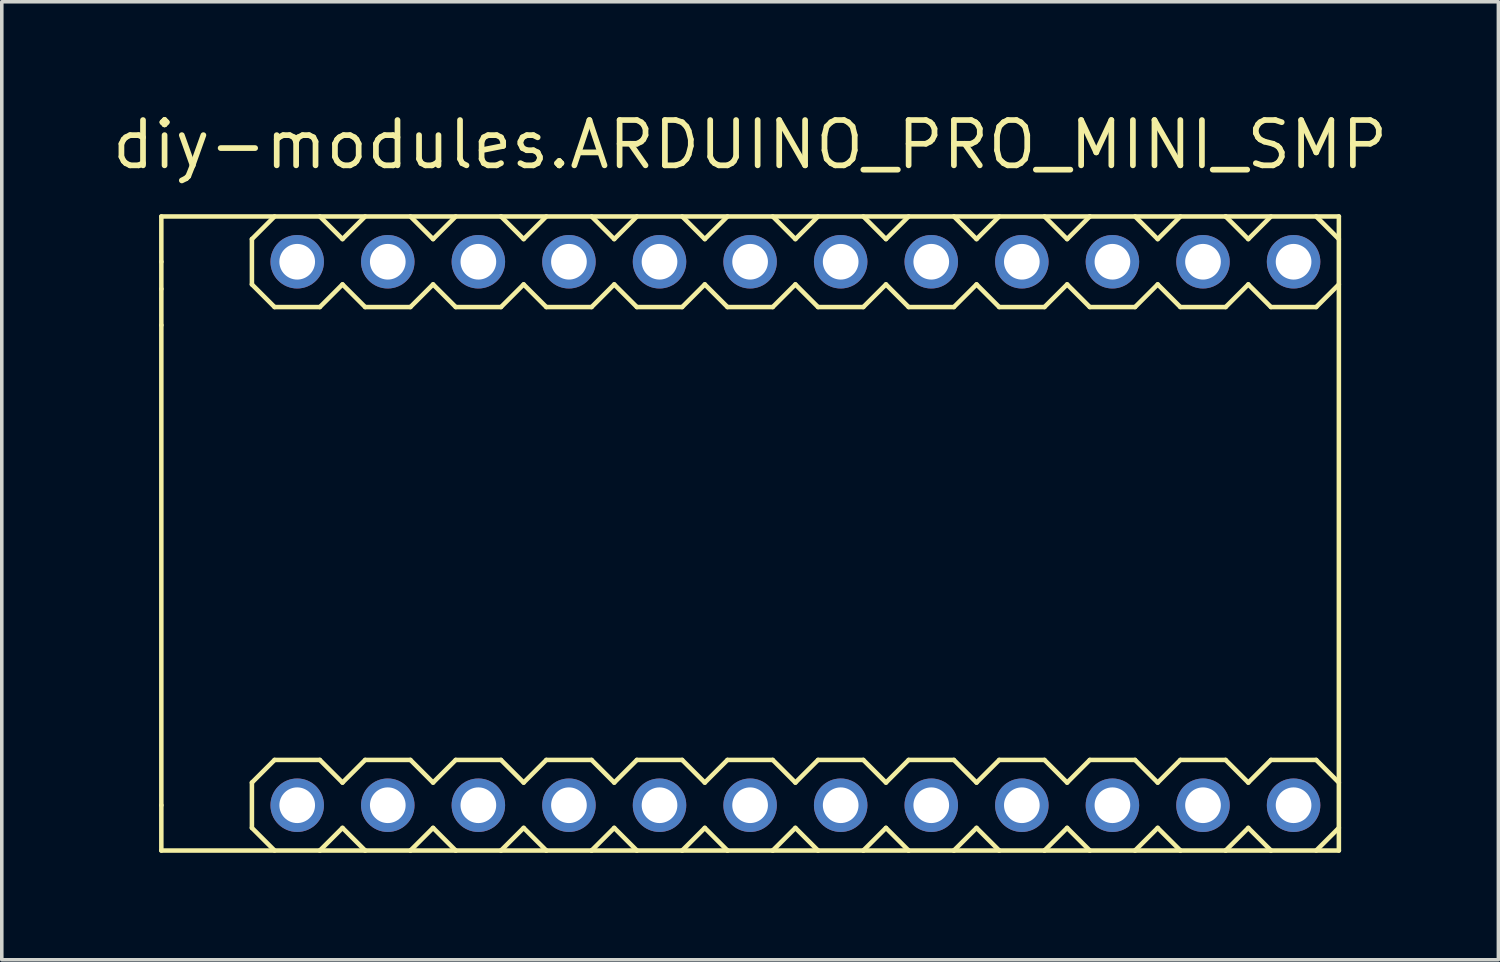
<source format=kicad_pcb>
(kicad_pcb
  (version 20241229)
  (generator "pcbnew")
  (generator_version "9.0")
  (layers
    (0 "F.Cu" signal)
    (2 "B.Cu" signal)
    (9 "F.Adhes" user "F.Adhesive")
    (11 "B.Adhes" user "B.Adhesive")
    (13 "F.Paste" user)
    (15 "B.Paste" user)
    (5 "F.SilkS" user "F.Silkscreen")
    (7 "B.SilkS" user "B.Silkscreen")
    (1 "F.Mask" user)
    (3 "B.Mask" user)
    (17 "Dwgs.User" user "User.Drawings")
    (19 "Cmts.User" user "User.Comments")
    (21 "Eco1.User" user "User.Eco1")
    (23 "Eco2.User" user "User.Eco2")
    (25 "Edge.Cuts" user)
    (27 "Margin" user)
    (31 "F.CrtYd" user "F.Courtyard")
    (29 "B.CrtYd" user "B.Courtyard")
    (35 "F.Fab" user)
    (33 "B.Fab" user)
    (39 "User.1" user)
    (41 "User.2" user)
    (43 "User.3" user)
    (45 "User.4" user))
  (footprint "diy-modules.ARDUINO_PRO_MINI_SMP"
    (layer "F.Cu")
    (at 17.984 11.91)
    (property "Reference" "diy-modules.ARDUINO_PRO_MINI_SMP" (at 0 -10.16 0) (layer "F.SilkS") (effects (font (size 1.27 1.27) (thickness 0.16)) (justify bottom)))
    (attr through_hole)
    (fp_line (start -16.51 -8.89) (end -16.51 -7.62) (stroke (width 0.127) (type default)) (layer "F.SilkS"))
    (fp_line (start -16.51 -7.62) (end -16.51 -6.858) (stroke (width 0.127) (type default)) (layer "F.SilkS"))
    (fp_line (start -16.51 -6.858) (end -16.51 -5.842) (stroke (width 0.127) (type default)) (layer "F.SilkS"))
    (fp_line (start -16.51 -5.842) (end -16.51 7.62) (stroke (width 0.127) (type default)) (layer "F.SilkS"))
    (fp_line (start -16.51 7.62) (end -16.51 8.89) (stroke (width 0.127) (type default)) (layer "F.SilkS"))
    (fp_line (start -16.51 8.89) (end -12.065 8.89) (stroke (width 0.127) (type default)) (layer "F.SilkS"))
    (fp_line (start -13.97 -8.255) (end -13.97 -6.985) (stroke (width 0.127) (type default)) (layer "F.SilkS"))
    (fp_line (start -13.97 -6.985) (end -13.335 -6.35) (stroke (width 0.127) (type default)) (layer "F.SilkS"))
    (fp_line (start -13.97 6.985) (end -13.97 8.255) (stroke (width 0.127) (type default)) (layer "F.SilkS"))
    (fp_line (start -13.335 -8.89) (end -13.97 -8.255) (stroke (width 0.127) (type default)) (layer "F.SilkS"))
    (fp_line (start -13.335 -6.35) (end -12.065 -6.35) (stroke (width 0.127) (type default)) (layer "F.SilkS"))
    (fp_line (start -13.335 6.35) (end -13.97 6.985) (stroke (width 0.127) (type default)) (layer "F.SilkS"))
    (fp_line (start -13.335 6.35) (end -12.065 6.35) (stroke (width 0.127) (type default)) (layer "F.SilkS"))
    (fp_line (start -13.335 8.89) (end -13.97 8.255) (stroke (width 0.127) (type default)) (layer "F.SilkS"))
    (fp_line (start -12.065 -6.35) (end -11.43 -6.985) (stroke (width 0.127) (type default)) (layer "F.SilkS"))
    (fp_line (start -12.065 6.35) (end -11.43 6.985) (stroke (width 0.127) (type default)) (layer "F.SilkS"))
    (fp_line (start -12.065 8.89) (end -11.43 8.255) (stroke (width 0.127) (type default)) (layer "F.SilkS"))
    (fp_line (start -12.065 8.89) (end -10.795 8.89) (stroke (width 0.127) (type default)) (layer "F.SilkS"))
    (fp_line (start -11.43 -8.255) (end -12.065 -8.89) (stroke (width 0.127) (type default)) (layer "F.SilkS"))
    (fp_line (start -11.43 -6.985) (end -10.795 -6.35) (stroke (width 0.127) (type default)) (layer "F.SilkS"))
    (fp_line (start -11.43 6.985) (end -10.795 6.35) (stroke (width 0.127) (type default)) (layer "F.SilkS"))
    (fp_line (start -11.43 8.255) (end -10.795 8.89) (stroke (width 0.127) (type default)) (layer "F.SilkS"))
    (fp_line (start -10.795 -8.89) (end -11.43 -8.255) (stroke (width 0.127) (type default)) (layer "F.SilkS"))
    (fp_line (start -10.795 -6.35) (end -9.525 -6.35) (stroke (width 0.127) (type default)) (layer "F.SilkS"))
    (fp_line (start -10.795 6.35) (end -9.525 6.35) (stroke (width 0.127) (type default)) (layer "F.SilkS"))
    (fp_line (start -10.795 8.89) (end -9.525 8.89) (stroke (width 0.127) (type default)) (layer "F.SilkS"))
    (fp_line (start -9.525 -6.35) (end -8.89 -6.985) (stroke (width 0.127) (type default)) (layer "F.SilkS"))
    (fp_line (start -9.525 6.35) (end -8.89 6.985) (stroke (width 0.127) (type default)) (layer "F.SilkS"))
    (fp_line (start -9.525 8.89) (end -8.89 8.255) (stroke (width 0.127) (type default)) (layer "F.SilkS"))
    (fp_line (start -9.525 8.89) (end -8.255 8.89) (stroke (width 0.127) (type default)) (layer "F.SilkS"))
    (fp_line (start -8.89 -8.255) (end -9.525 -8.89) (stroke (width 0.127) (type default)) (layer "F.SilkS"))
    (fp_line (start -8.89 -6.985) (end -8.255 -6.35) (stroke (width 0.127) (type default)) (layer "F.SilkS"))
    (fp_line (start -8.89 6.985) (end -8.255 6.35) (stroke (width 0.127) (type default)) (layer "F.SilkS"))
    (fp_line (start -8.89 8.255) (end -8.255 8.89) (stroke (width 0.127) (type default)) (layer "F.SilkS"))
    (fp_line (start -8.255 -8.89) (end -8.89 -8.255) (stroke (width 0.127) (type default)) (layer "F.SilkS"))
    (fp_line (start -8.255 -6.35) (end -6.985 -6.35) (stroke (width 0.127) (type default)) (layer "F.SilkS"))
    (fp_line (start -8.255 6.35) (end -6.985 6.35) (stroke (width 0.127) (type default)) (layer "F.SilkS"))
    (fp_line (start -8.255 8.89) (end -6.985 8.89) (stroke (width 0.127) (type default)) (layer "F.SilkS"))
    (fp_line (start -6.985 -8.89) (end -16.51 -8.89) (stroke (width 0.127) (type default)) (layer "F.SilkS"))
    (fp_line (start -6.985 -6.35) (end -6.35 -6.985) (stroke (width 0.127) (type default)) (layer "F.SilkS"))
    (fp_line (start -6.985 6.35) (end -6.35 6.985) (stroke (width 0.127) (type default)) (layer "F.SilkS"))
    (fp_line (start -6.985 8.89) (end -6.35 8.255) (stroke (width 0.127) (type default)) (layer "F.SilkS"))
    (fp_line (start -6.985 8.89) (end -5.715 8.89) (stroke (width 0.127) (type default)) (layer "F.SilkS"))
    (fp_line (start -6.35 -8.255) (end -6.985 -8.89) (stroke (width 0.127) (type default)) (layer "F.SilkS"))
    (fp_line (start -6.35 -6.985) (end -5.715 -6.35) (stroke (width 0.127) (type default)) (layer "F.SilkS"))
    (fp_line (start -6.35 6.985) (end -5.715 6.35) (stroke (width 0.127) (type default)) (layer "F.SilkS"))
    (fp_line (start -6.35 8.255) (end -5.715 8.89) (stroke (width 0.127) (type default)) (layer "F.SilkS"))
    (fp_line (start -5.715 -8.89) (end -6.35 -8.255) (stroke (width 0.127) (type default)) (layer "F.SilkS"))
    (fp_line (start -5.715 -6.35) (end -4.445 -6.35) (stroke (width 0.127) (type default)) (layer "F.SilkS"))
    (fp_line (start -5.715 6.35) (end -4.445 6.35) (stroke (width 0.127) (type default)) (layer "F.SilkS"))
    (fp_line (start -5.715 8.89) (end -4.445 8.89) (stroke (width 0.127) (type default)) (layer "F.SilkS"))
    (fp_line (start -4.445 -6.35) (end -3.81 -6.985) (stroke (width 0.127) (type default)) (layer "F.SilkS"))
    (fp_line (start -4.445 6.35) (end -3.81 6.985) (stroke (width 0.127) (type default)) (layer "F.SilkS"))
    (fp_line (start -4.445 8.89) (end -3.81 8.255) (stroke (width 0.127) (type default)) (layer "F.SilkS"))
    (fp_line (start -4.445 8.89) (end -3.175 8.89) (stroke (width 0.127) (type default)) (layer "F.SilkS"))
    (fp_line (start -3.81 -8.255) (end -4.445 -8.89) (stroke (width 0.127) (type default)) (layer "F.SilkS"))
    (fp_line (start -3.81 -6.985) (end -3.175 -6.35) (stroke (width 0.127) (type default)) (layer "F.SilkS"))
    (fp_line (start -3.81 6.985) (end -3.175 6.35) (stroke (width 0.127) (type default)) (layer "F.SilkS"))
    (fp_line (start -3.81 8.255) (end -3.175 8.89) (stroke (width 0.127) (type default)) (layer "F.SilkS"))
    (fp_line (start -3.175 -8.89) (end -3.81 -8.255) (stroke (width 0.127) (type default)) (layer "F.SilkS"))
    (fp_line (start -3.175 -6.35) (end -1.905 -6.35) (stroke (width 0.127) (type default)) (layer "F.SilkS"))
    (fp_line (start -3.175 6.35) (end -1.905 6.35) (stroke (width 0.127) (type default)) (layer "F.SilkS"))
    (fp_line (start -3.175 8.89) (end -1.905 8.89) (stroke (width 0.127) (type default)) (layer "F.SilkS"))
    (fp_line (start -1.905 -6.35) (end -1.27 -6.985) (stroke (width 0.127) (type default)) (layer "F.SilkS"))
    (fp_line (start -1.905 6.35) (end -1.27 6.985) (stroke (width 0.127) (type default)) (layer "F.SilkS"))
    (fp_line (start -1.905 8.89) (end -1.27 8.255) (stroke (width 0.127) (type default)) (layer "F.SilkS"))
    (fp_line (start -1.905 8.89) (end -0.635 8.89) (stroke (width 0.127) (type default)) (layer "F.SilkS"))
    (fp_line (start -1.27 -8.255) (end -1.905 -8.89) (stroke (width 0.127) (type default)) (layer "F.SilkS"))
    (fp_line (start -1.27 -6.985) (end -0.635 -6.35) (stroke (width 0.127) (type default)) (layer "F.SilkS"))
    (fp_line (start -1.27 6.985) (end -0.635 6.35) (stroke (width 0.127) (type default)) (layer "F.SilkS"))
    (fp_line (start -1.27 8.255) (end -0.635 8.89) (stroke (width 0.127) (type default)) (layer "F.SilkS"))
    (fp_line (start -0.635 -8.89) (end -1.27 -8.255) (stroke (width 0.127) (type default)) (layer "F.SilkS"))
    (fp_line (start -0.635 -6.35) (end 0.635 -6.35) (stroke (width 0.127) (type default)) (layer "F.SilkS"))
    (fp_line (start -0.635 6.35) (end 0.635 6.35) (stroke (width 0.127) (type default)) (layer "F.SilkS"))
    (fp_line (start -0.635 8.89) (end 0.635 8.89) (stroke (width 0.127) (type default)) (layer "F.SilkS"))
    (fp_line (start 0.635 -6.35) (end 1.27 -6.985) (stroke (width 0.127) (type default)) (layer "F.SilkS"))
    (fp_line (start 0.635 6.35) (end 1.27 6.985) (stroke (width 0.127) (type default)) (layer "F.SilkS"))
    (fp_line (start 0.635 8.89) (end 1.27 8.255) (stroke (width 0.127) (type default)) (layer "F.SilkS"))
    (fp_line (start 0.635 8.89) (end 1.905 8.89) (stroke (width 0.127) (type default)) (layer "F.SilkS"))
    (fp_line (start 1.27 -8.255) (end 0.635 -8.89) (stroke (width 0.127) (type default)) (layer "F.SilkS"))
    (fp_line (start 1.27 -6.985) (end 1.905 -6.35) (stroke (width 0.127) (type default)) (layer "F.SilkS"))
    (fp_line (start 1.27 6.985) (end 1.905 6.35) (stroke (width 0.127) (type default)) (layer "F.SilkS"))
    (fp_line (start 1.27 8.255) (end 1.905 8.89) (stroke (width 0.127) (type default)) (layer "F.SilkS"))
    (fp_line (start 1.905 -8.89) (end 1.27 -8.255) (stroke (width 0.127) (type default)) (layer "F.SilkS"))
    (fp_line (start 1.905 -6.35) (end 3.175 -6.35) (stroke (width 0.127) (type default)) (layer "F.SilkS"))
    (fp_line (start 1.905 6.35) (end 3.175 6.35) (stroke (width 0.127) (type default)) (layer "F.SilkS"))
    (fp_line (start 1.905 8.89) (end 3.175 8.89) (stroke (width 0.127) (type default)) (layer "F.SilkS"))
    (fp_line (start 3.175 -6.35) (end 3.81 -6.985) (stroke (width 0.127) (type default)) (layer "F.SilkS"))
    (fp_line (start 3.175 6.35) (end 3.81 6.985) (stroke (width 0.127) (type default)) (layer "F.SilkS"))
    (fp_line (start 3.175 8.89) (end 3.81 8.255) (stroke (width 0.127) (type default)) (layer "F.SilkS"))
    (fp_line (start 3.175 8.89) (end 4.445 8.89) (stroke (width 0.127) (type default)) (layer "F.SilkS"))
    (fp_line (start 3.81 -8.255) (end 3.175 -8.89) (stroke (width 0.127) (type default)) (layer "F.SilkS"))
    (fp_line (start 3.81 -6.985) (end 4.445 -6.35) (stroke (width 0.127) (type default)) (layer "F.SilkS"))
    (fp_line (start 3.81 6.985) (end 4.445 6.35) (stroke (width 0.127) (type default)) (layer "F.SilkS"))
    (fp_line (start 3.81 8.255) (end 4.445 8.89) (stroke (width 0.127) (type default)) (layer "F.SilkS"))
    (fp_line (start 4.445 -8.89) (end 3.81 -8.255) (stroke (width 0.127) (type default)) (layer "F.SilkS"))
    (fp_line (start 4.445 -6.35) (end 5.715 -6.35) (stroke (width 0.127) (type default)) (layer "F.SilkS"))
    (fp_line (start 4.445 6.35) (end 5.715 6.35) (stroke (width 0.127) (type default)) (layer "F.SilkS"))
    (fp_line (start 4.445 8.89) (end 5.715 8.89) (stroke (width 0.127) (type default)) (layer "F.SilkS"))
    (fp_line (start 5.715 -6.35) (end 6.35 -6.985) (stroke (width 0.127) (type default)) (layer "F.SilkS"))
    (fp_line (start 5.715 6.35) (end 6.35 6.985) (stroke (width 0.127) (type default)) (layer "F.SilkS"))
    (fp_line (start 5.715 8.89) (end 6.35 8.255) (stroke (width 0.127) (type default)) (layer "F.SilkS"))
    (fp_line (start 5.715 8.89) (end 6.985 8.89) (stroke (width 0.127) (type default)) (layer "F.SilkS"))
    (fp_line (start 6.35 -8.255) (end 5.715 -8.89) (stroke (width 0.127) (type default)) (layer "F.SilkS"))
    (fp_line (start 6.35 -6.985) (end 6.985 -6.35) (stroke (width 0.127) (type default)) (layer "F.SilkS"))
    (fp_line (start 6.35 6.985) (end 6.985 6.35) (stroke (width 0.127) (type default)) (layer "F.SilkS"))
    (fp_line (start 6.35 8.255) (end 6.985 8.89) (stroke (width 0.127) (type default)) (layer "F.SilkS"))
    (fp_line (start 6.985 -8.89) (end 6.35 -8.255) (stroke (width 0.127) (type default)) (layer "F.SilkS"))
    (fp_line (start 6.985 -6.35) (end 8.255 -6.35) (stroke (width 0.127) (type default)) (layer "F.SilkS"))
    (fp_line (start 6.985 6.35) (end 8.255 6.35) (stroke (width 0.127) (type default)) (layer "F.SilkS"))
    (fp_line (start 6.985 8.89) (end 8.255 8.89) (stroke (width 0.127) (type default)) (layer "F.SilkS"))
    (fp_line (start 8.255 -6.35) (end 8.89 -6.985) (stroke (width 0.127) (type default)) (layer "F.SilkS"))
    (fp_line (start 8.255 6.35) (end 8.89 6.985) (stroke (width 0.127) (type default)) (layer "F.SilkS"))
    (fp_line (start 8.255 8.89) (end 8.89 8.255) (stroke (width 0.127) (type default)) (layer "F.SilkS"))
    (fp_line (start 8.255 8.89) (end 9.525 8.89) (stroke (width 0.127) (type default)) (layer "F.SilkS"))
    (fp_line (start 8.89 -8.255) (end 8.255 -8.89) (stroke (width 0.127) (type default)) (layer "F.SilkS"))
    (fp_line (start 8.89 -8.255) (end 9.525 -8.89) (stroke (width 0.127) (type default)) (layer "F.SilkS"))
    (fp_line (start 8.89 -6.985) (end 9.525 -6.35) (stroke (width 0.127) (type default)) (layer "F.SilkS"))
    (fp_line (start 8.89 6.985) (end 9.525 6.35) (stroke (width 0.127) (type default)) (layer "F.SilkS"))
    (fp_line (start 8.89 8.255) (end 9.525 8.89) (stroke (width 0.127) (type default)) (layer "F.SilkS"))
    (fp_line (start 9.525 -8.89) (end -6.985 -8.89) (stroke (width 0.127) (type default)) (layer "F.SilkS"))
    (fp_line (start 9.525 -6.35) (end 10.795 -6.35) (stroke (width 0.127) (type default)) (layer "F.SilkS"))
    (fp_line (start 9.525 6.35) (end 10.795 6.35) (stroke (width 0.127) (type default)) (layer "F.SilkS"))
    (fp_line (start 9.525 8.89) (end 10.795 8.89) (stroke (width 0.127) (type default)) (layer "F.SilkS"))
    (fp_line (start 10.795 -6.35) (end 11.43 -6.985) (stroke (width 0.127) (type default)) (layer "F.SilkS"))
    (fp_line (start 10.795 6.35) (end 11.43 6.985) (stroke (width 0.127) (type default)) (layer "F.SilkS"))
    (fp_line (start 10.795 8.89) (end 11.43 8.255) (stroke (width 0.127) (type default)) (layer "F.SilkS"))
    (fp_line (start 10.795 8.89) (end 12.065 8.89) (stroke (width 0.127) (type default)) (layer "F.SilkS"))
    (fp_line (start 11.43 -8.255) (end 10.795 -8.89) (stroke (width 0.127) (type default)) (layer "F.SilkS"))
    (fp_line (start 11.43 -6.985) (end 12.065 -6.35) (stroke (width 0.127) (type default)) (layer "F.SilkS"))
    (fp_line (start 11.43 6.985) (end 12.065 6.35) (stroke (width 0.127) (type default)) (layer "F.SilkS"))
    (fp_line (start 11.43 8.255) (end 12.065 8.89) (stroke (width 0.127) (type default)) (layer "F.SilkS"))
    (fp_line (start 12.065 -8.89) (end 11.43 -8.255) (stroke (width 0.127) (type default)) (layer "F.SilkS"))
    (fp_line (start 12.065 -6.35) (end 13.335 -6.35) (stroke (width 0.127) (type default)) (layer "F.SilkS"))
    (fp_line (start 12.065 6.35) (end 13.335 6.35) (stroke (width 0.127) (type default)) (layer "F.SilkS"))
    (fp_line (start 12.065 8.89) (end 13.335 8.89) (stroke (width 0.127) (type default)) (layer "F.SilkS"))
    (fp_line (start 13.335 -8.89) (end 9.525 -8.89) (stroke (width 0.127) (type default)) (layer "F.SilkS"))
    (fp_line (start 13.335 -6.35) (end 13.97 -6.985) (stroke (width 0.127) (type default)) (layer "F.SilkS"))
    (fp_line (start 13.335 6.35) (end 13.97 6.985) (stroke (width 0.127) (type default)) (layer "F.SilkS"))
    (fp_line (start 13.335 8.89) (end 14.605 8.89) (stroke (width 0.127) (type default)) (layer "F.SilkS"))
    (fp_line (start 13.97 -8.255) (end 13.335 -8.89) (stroke (width 0.127) (type default)) (layer "F.SilkS"))
    (fp_line (start 13.97 -6.985) (end 14.605 -6.35) (stroke (width 0.127) (type default)) (layer "F.SilkS"))
    (fp_line (start 13.97 6.985) (end 14.605 6.35) (stroke (width 0.127) (type default)) (layer "F.SilkS"))
    (fp_line (start 13.97 8.255) (end 13.335 8.89) (stroke (width 0.127) (type default)) (layer "F.SilkS"))
    (fp_line (start 14.605 -8.89) (end 13.97 -8.255) (stroke (width 0.127) (type default)) (layer "F.SilkS"))
    (fp_line (start 14.605 -6.35) (end 15.875 -6.35) (stroke (width 0.127) (type default)) (layer "F.SilkS"))
    (fp_line (start 14.605 6.35) (end 15.875 6.35) (stroke (width 0.127) (type default)) (layer "F.SilkS"))
    (fp_line (start 14.605 8.89) (end 13.97 8.255) (stroke (width 0.127) (type default)) (layer "F.SilkS"))
    (fp_line (start 14.605 8.89) (end 16.51 8.89) (stroke (width 0.127) (type default)) (layer "F.SilkS"))
    (fp_line (start 15.875 -6.35) (end 16.51 -6.985) (stroke (width 0.127) (type default)) (layer "F.SilkS"))
    (fp_line (start 15.875 8.89) (end 16.51 8.255) (stroke (width 0.127) (type default)) (layer "F.SilkS"))
    (fp_line (start 16.51 -8.89) (end 13.335 -8.89) (stroke (width 0.127) (type default)) (layer "F.SilkS"))
    (fp_line (start 16.51 -8.255) (end 15.875 -8.89) (stroke (width 0.127) (type default)) (layer "F.SilkS"))
    (fp_line (start 16.51 6.985) (end 15.875 6.35) (stroke (width 0.127) (type default)) (layer "F.SilkS"))
    (fp_line (start 16.51 8.89) (end 16.51 -8.89) (stroke (width 0.127) (type default)) (layer "F.SilkS"))
    (pad "J6.1" thru_hole circle (at -12.7 -7.62) (size 1.5 1.5) (drill 1) (layers "*.Cu" "*.Mask"))
    (pad "J6.2" thru_hole circle (at -10.16 -7.62) (size 1.5 1.5) (drill 1) (layers "*.Cu" "*.Mask"))
    (pad "J6.3" thru_hole circle (at -7.62 -7.62) (size 1.5 1.5) (drill 1) (layers "*.Cu" "*.Mask"))
    (pad "J6.4" thru_hole circle (at -5.08 -7.62) (size 1.5 1.5) (drill 1) (layers "*.Cu" "*.Mask"))
    (pad "J6.5" thru_hole circle (at -2.54 -7.62) (size 1.5 1.5) (drill 1) (layers "*.Cu" "*.Mask"))
    (pad "J6.6" thru_hole circle (at 0 -7.62) (size 1.5 1.5) (drill 1) (layers "*.Cu" "*.Mask"))
    (pad "J6.7" thru_hole circle (at 2.54 -7.62) (size 1.5 1.5) (drill 1) (layers "*.Cu" "*.Mask"))
    (pad "J6.8" thru_hole circle (at 5.08 -7.62) (size 1.5 1.5) (drill 1) (layers "*.Cu" "*.Mask"))
    (pad "J6.9" thru_hole circle (at 7.62 -7.62) (size 1.5 1.5) (drill 1) (layers "*.Cu" "*.Mask"))
    (pad "J6.10" thru_hole circle (at 10.16 -7.62) (size 1.5 1.5) (drill 1) (layers "*.Cu" "*.Mask"))
    (pad "J6.11" thru_hole circle (at 12.7 -7.62) (size 1.5 1.5) (drill 1) (layers "*.Cu" "*.Mask"))
    (pad "J6.12" thru_hole circle (at 15.24 -7.62) (size 1.5 1.5) (drill 1) (layers "*.Cu" "*.Mask"))
    (pad "J7.1" thru_hole circle (at 15.24 7.62) (size 1.5 1.5) (drill 1) (layers "*.Cu" "*.Mask"))
    (pad "J7.2" thru_hole circle (at 12.7 7.62) (size 1.5 1.5) (drill 1) (layers "*.Cu" "*.Mask"))
    (pad "J7.3" thru_hole circle (at 10.16 7.62) (size 1.5 1.5) (drill 1) (layers "*.Cu" "*.Mask"))
    (pad "J7.4" thru_hole circle (at 7.62 7.62) (size 1.5 1.5) (drill 1) (layers "*.Cu" "*.Mask"))
    (pad "J7.5" thru_hole circle (at 5.08 7.62) (size 1.5 1.5) (drill 1) (layers "*.Cu" "*.Mask"))
    (pad "J7.6" thru_hole circle (at 2.54 7.62) (size 1.5 1.5) (drill 1) (layers "*.Cu" "*.Mask"))
    (pad "J7.7" thru_hole circle (at 0 7.62) (size 1.5 1.5) (drill 1) (layers "*.Cu" "*.Mask"))
    (pad "J7.8" thru_hole circle (at -2.54 7.62) (size 1.5 1.5) (drill 1) (layers "*.Cu" "*.Mask"))
    (pad "J7.9" thru_hole circle (at -5.08 7.62) (size 1.5 1.5) (drill 1) (layers "*.Cu" "*.Mask"))
    (pad "J7.10" thru_hole circle (at -7.62 7.62) (size 1.5 1.5) (drill 1) (layers "*.Cu" "*.Mask"))
    (pad "J7.11" thru_hole circle (at -10.16 7.62) (size 1.5 1.5) (drill 1) (layers "*.Cu" "*.Mask"))
    (pad "J7.12" thru_hole circle (at -12.7 7.62) (size 1.5 1.5) (drill 1) (layers "*.Cu" "*.Mask")))
  (gr_rect
    (start -3 -3)
    (end 38.967 23.863)
    (stroke (width 0.1) (type default))
    (fill no)
    (layer "Edge.Cuts")))
</source>
